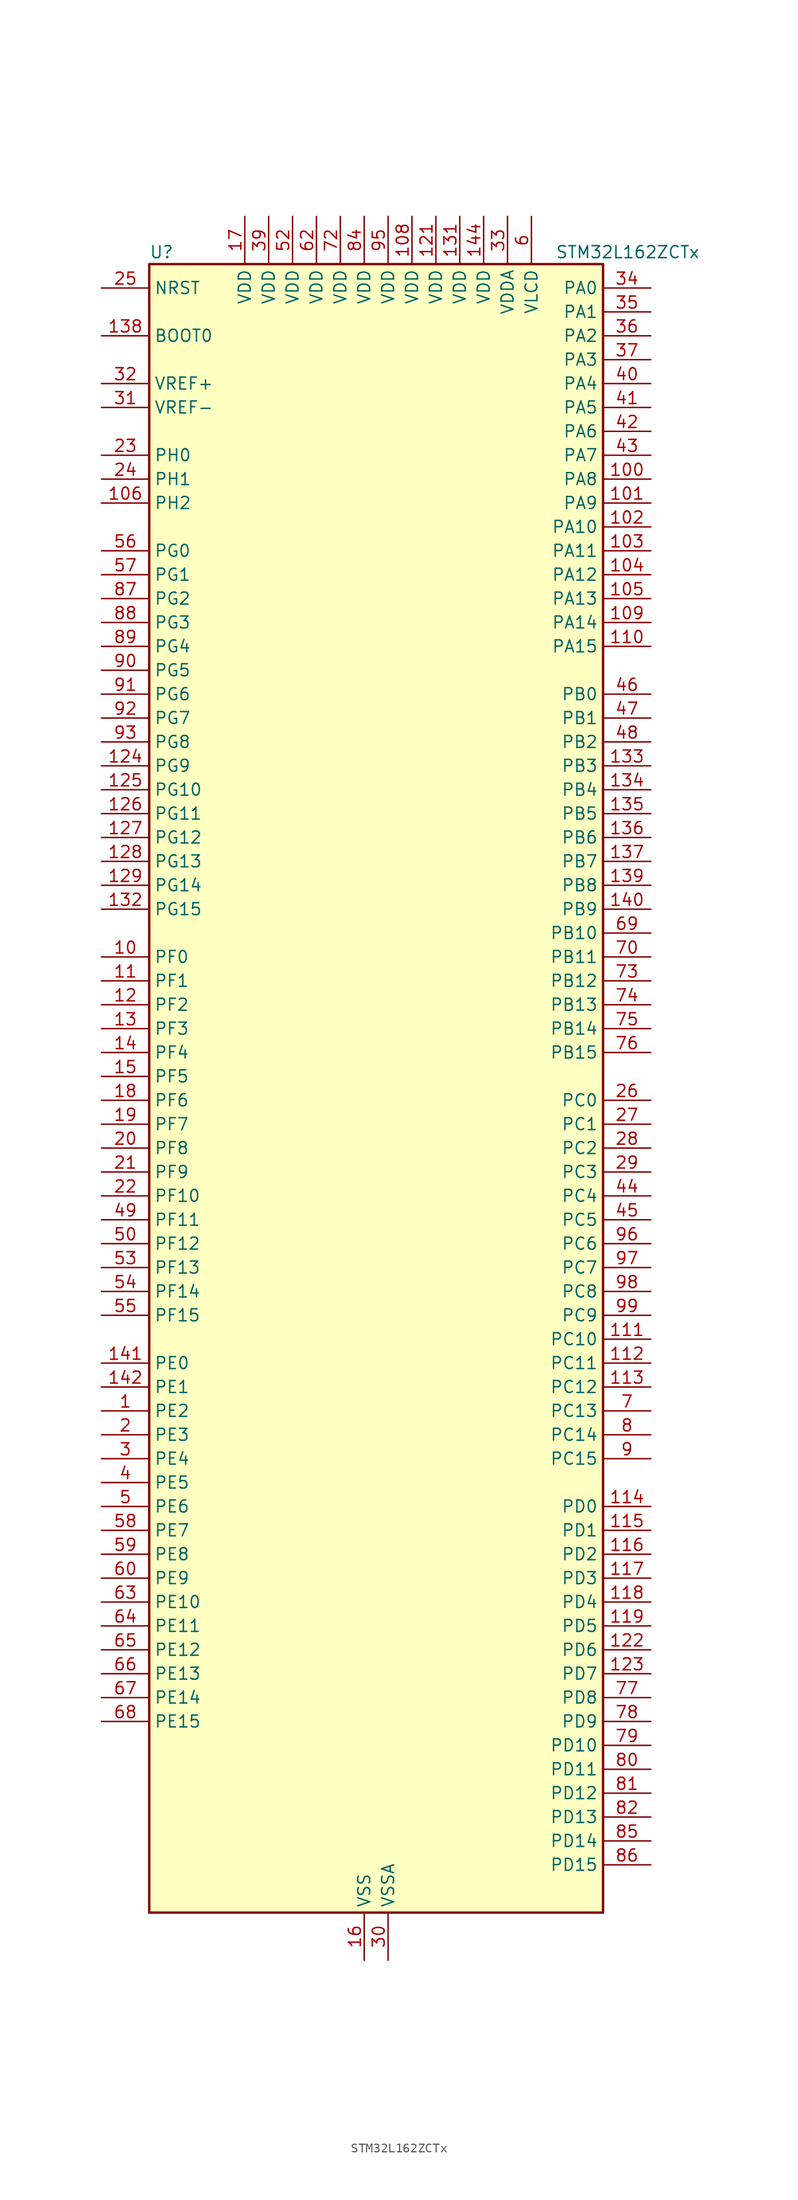
<source format=kicad_sym>
(kicad_symbol_lib
  (version 20231120)
  (generator "kicad-library-utils")
  (generator_version "8.0")
  (symbol "STM32L162ZCTx"
    (property "Reference" "U"
      (at -22.86 90.17 0)
      (effects (font (size 1.27 1.27)) (justify left)))
    (property "Value" "STM32L162ZCTx"
      (at 20.32 90.17 0)
      (effects (font (size 1.27 1.27)) (justify left)))
    (symbol "STM32L162ZCTx_0_1"
      (rectangle (start -22.86 -86.36) (end 25.4 88.9) (stroke (width 0.254) (type default)) (fill (type background))))
    (symbol "STM32L162ZCTx_1_1"
      (pin bidirectional line (at -27.94 -33.02 0) (length 5.08) (name "PE2" (effects (font (size 1.27 1.27)))) (number "1" (effects (font (size 1.27 1.27)))) (alternate "LCD_SEG38" bidirectional line) (alternate "SYS_TRACECK" bidirectional line) (alternate "TIM3_ETR" bidirectional line) (alternate "TIMX_IC3" bidirectional line))
      (pin bidirectional line (at -27.94 15.24 0) (length 5.08) (name "PF0" (effects (font (size 1.27 1.27)))) (number "10" (effects (font (size 1.27 1.27)))))
      (pin bidirectional line (at 30.48 66.04 180) (length 5.08) (name "PA8" (effects (font (size 1.27 1.27)))) (number "100" (effects (font (size 1.27 1.27)))) (alternate "LCD_COM0" bidirectional line) (alternate "RCC_MCO" bidirectional line) (alternate "TIMX_IC1" bidirectional line) (alternate "TS_G4_IO1" bidirectional line) (alternate "USART1_CK" bidirectional line))
      (pin bidirectional line (at 30.48 63.5 180) (length 5.08) (name "PA9" (effects (font (size 1.27 1.27)))) (number "101" (effects (font (size 1.27 1.27)))) (alternate "DAC_EXTI9" bidirectional line) (alternate "LCD_COM1" bidirectional line) (alternate "TIMX_IC2" bidirectional line) (alternate "TS_G4_IO2" bidirectional line) (alternate "USART1_TX" bidirectional line))
      (pin bidirectional line (at 30.48 60.96 180) (length 5.08) (name "PA10" (effects (font (size 1.27 1.27)))) (number "102" (effects (font (size 1.27 1.27)))) (alternate "LCD_COM2" bidirectional line) (alternate "TIMX_IC3" bidirectional line) (alternate "TS_G4_IO3" bidirectional line) (alternate "USART1_RX" bidirectional line))
      (pin bidirectional line (at 30.48 58.42 180) (length 5.08) (name "PA11" (effects (font (size 1.27 1.27)))) (number "103" (effects (font (size 1.27 1.27)))) (alternate "ADC_EXTI11" bidirectional line) (alternate "SPI1_MISO" bidirectional line) (alternate "TIMX_IC4" bidirectional line) (alternate "USART1_CTS" bidirectional line) (alternate "USB_DM" bidirectional line))
      (pin bidirectional line (at 30.48 55.88 180) (length 5.08) (name "PA12" (effects (font (size 1.27 1.27)))) (number "104" (effects (font (size 1.27 1.27)))) (alternate "SPI1_MOSI" bidirectional line) (alternate "TIMX_IC1" bidirectional line) (alternate "USART1_RTS" bidirectional line) (alternate "USB_DP" bidirectional line))
      (pin bidirectional line (at 30.48 53.34 180) (length 5.08) (name "PA13" (effects (font (size 1.27 1.27)))) (number "105" (effects (font (size 1.27 1.27)))) (alternate "SYS_JTMS-SWDIO" bidirectional line) (alternate "TIMX_IC2" bidirectional line) (alternate "TS_G5_IO1" bidirectional line))
      (pin bidirectional line (at -27.94 63.5 0) (length 5.08) (name "PH2" (effects (font (size 1.27 1.27)))) (number "106" (effects (font (size 1.27 1.27)))))
      (pin passive line (at 0 -91.44 90) (length 5.08) hide (name "VSS" (effects (font (size 1.27 1.27)))) (number "107" (effects (font (size 1.27 1.27)))))
      (pin power_in line (at 5.08 93.98 270) (length 5.08) (name "VDD" (effects (font (size 1.27 1.27)))) (number "108" (effects (font (size 1.27 1.27)))))
      (pin bidirectional line (at 30.48 50.8 180) (length 5.08) (name "PA14" (effects (font (size 1.27 1.27)))) (number "109" (effects (font (size 1.27 1.27)))) (alternate "SYS_JTCK-SWCLK" bidirectional line) (alternate "TIMX_IC3" bidirectional line) (alternate "TS_G5_IO2" bidirectional line))
      (pin bidirectional line (at -27.94 12.7 0) (length 5.08) (name "PF1" (effects (font (size 1.27 1.27)))) (number "11" (effects (font (size 1.27 1.27)))))
      (pin bidirectional line (at 30.48 48.26 180) (length 5.08) (name "PA15" (effects (font (size 1.27 1.27)))) (number "110" (effects (font (size 1.27 1.27)))) (alternate "ADC_EXTI15" bidirectional line) (alternate "I2S3_WS" bidirectional line) (alternate "LCD_SEG17" bidirectional line) (alternate "SPI1_NSS" bidirectional line) (alternate "SPI3_NSS" bidirectional line) (alternate "SYS_JTDI" bidirectional line) (alternate "TIM2_CH1" bidirectional line) (alternate "TIM2_ETR" bidirectional line) (alternate "TIMX_IC4" bidirectional line) (alternate "TS_G5_IO3" bidirectional line))
      (pin bidirectional line (at 30.48 -25.4 180) (length 5.08) (name "PC10" (effects (font (size 1.27 1.27)))) (number "111" (effects (font (size 1.27 1.27)))) (alternate "I2S3_CK" bidirectional line) (alternate "LCD_COM4" bidirectional line) (alternate "LCD_SEG28" bidirectional line) (alternate "LCD_SEG40" bidirectional line) (alternate "SPI3_SCK" bidirectional line) (alternate "TIMX_IC3" bidirectional line) (alternate "USART3_TX" bidirectional line))
      (pin bidirectional line (at 30.48 -27.94 180) (length 5.08) (name "PC11" (effects (font (size 1.27 1.27)))) (number "112" (effects (font (size 1.27 1.27)))) (alternate "ADC_EXTI11" bidirectional line) (alternate "LCD_COM5" bidirectional line) (alternate "LCD_SEG29" bidirectional line) (alternate "LCD_SEG41" bidirectional line) (alternate "SPI3_MISO" bidirectional line) (alternate "TIMX_IC4" bidirectional line) (alternate "USART3_RX" bidirectional line))
      (pin bidirectional line (at 30.48 -30.48 180) (length 5.08) (name "PC12" (effects (font (size 1.27 1.27)))) (number "113" (effects (font (size 1.27 1.27)))) (alternate "I2S3_SD" bidirectional line) (alternate "LCD_COM6" bidirectional line) (alternate "LCD_SEG30" bidirectional line) (alternate "LCD_SEG42" bidirectional line) (alternate "SPI3_MOSI" bidirectional line) (alternate "TIMX_IC1" bidirectional line) (alternate "USART3_CK" bidirectional line))
      (pin bidirectional line (at 30.48 -43.18 180) (length 5.08) (name "PD0" (effects (font (size 1.27 1.27)))) (number "114" (effects (font (size 1.27 1.27)))) (alternate "I2S2_WS" bidirectional line) (alternate "SPI2_NSS" bidirectional line) (alternate "TIM9_CH1" bidirectional line) (alternate "TIMX_IC1" bidirectional line))
      (pin bidirectional line (at 30.48 -45.72 180) (length 5.08) (name "PD1" (effects (font (size 1.27 1.27)))) (number "115" (effects (font (size 1.27 1.27)))) (alternate "I2S2_CK" bidirectional line) (alternate "SPI2_SCK" bidirectional line) (alternate "TIMX_IC2" bidirectional line))
      (pin bidirectional line (at 30.48 -48.26 180) (length 5.08) (name "PD2" (effects (font (size 1.27 1.27)))) (number "116" (effects (font (size 1.27 1.27)))) (alternate "LCD_COM7" bidirectional line) (alternate "LCD_SEG31" bidirectional line) (alternate "LCD_SEG43" bidirectional line) (alternate "TIM3_ETR" bidirectional line) (alternate "TIMX_IC3" bidirectional line))
      (pin bidirectional line (at 30.48 -50.8 180) (length 5.08) (name "PD3" (effects (font (size 1.27 1.27)))) (number "117" (effects (font (size 1.27 1.27)))) (alternate "SPI2_MISO" bidirectional line) (alternate "TIMX_IC4" bidirectional line) (alternate "USART2_CTS" bidirectional line))
      (pin bidirectional line (at 30.48 -53.34 180) (length 5.08) (name "PD4" (effects (font (size 1.27 1.27)))) (number "118" (effects (font (size 1.27 1.27)))) (alternate "I2S2_SD" bidirectional line) (alternate "SPI2_MOSI" bidirectional line) (alternate "TIMX_IC1" bidirectional line) (alternate "USART2_RTS" bidirectional line))
      (pin bidirectional line (at 30.48 -55.88 180) (length 5.08) (name "PD5" (effects (font (size 1.27 1.27)))) (number "119" (effects (font (size 1.27 1.27)))) (alternate "TIMX_IC2" bidirectional line) (alternate "USART2_TX" bidirectional line))
      (pin bidirectional line (at -27.94 10.16 0) (length 5.08) (name "PF2" (effects (font (size 1.27 1.27)))) (number "12" (effects (font (size 1.27 1.27)))))
      (pin passive line (at 0 -91.44 90) (length 5.08) hide (name "VSS" (effects (font (size 1.27 1.27)))) (number "120" (effects (font (size 1.27 1.27)))))
      (pin power_in line (at 7.62 93.98 270) (length 5.08) (name "VDD" (effects (font (size 1.27 1.27)))) (number "121" (effects (font (size 1.27 1.27)))))
      (pin bidirectional line (at 30.48 -58.42 180) (length 5.08) (name "PD6" (effects (font (size 1.27 1.27)))) (number "122" (effects (font (size 1.27 1.27)))) (alternate "TIMX_IC3" bidirectional line) (alternate "USART2_RX" bidirectional line))
      (pin bidirectional line (at 30.48 -60.96 180) (length 5.08) (name "PD7" (effects (font (size 1.27 1.27)))) (number "123" (effects (font (size 1.27 1.27)))) (alternate "TIM9_CH2" bidirectional line) (alternate "TIMX_IC4" bidirectional line) (alternate "USART2_CK" bidirectional line))
      (pin bidirectional line (at -27.94 35.56 0) (length 5.08) (name "PG9" (effects (font (size 1.27 1.27)))) (number "124" (effects (font (size 1.27 1.27)))) (alternate "DAC_EXTI9" bidirectional line))
      (pin bidirectional line (at -27.94 33.02 0) (length 5.08) (name "PG10" (effects (font (size 1.27 1.27)))) (number "125" (effects (font (size 1.27 1.27)))))
      (pin bidirectional line (at -27.94 30.48 0) (length 5.08) (name "PG11" (effects (font (size 1.27 1.27)))) (number "126" (effects (font (size 1.27 1.27)))) (alternate "ADC_EXTI11" bidirectional line))
      (pin bidirectional line (at -27.94 27.94 0) (length 5.08) (name "PG12" (effects (font (size 1.27 1.27)))) (number "127" (effects (font (size 1.27 1.27)))))
      (pin bidirectional line (at -27.94 25.4 0) (length 5.08) (name "PG13" (effects (font (size 1.27 1.27)))) (number "128" (effects (font (size 1.27 1.27)))))
      (pin bidirectional line (at -27.94 22.86 0) (length 5.08) (name "PG14" (effects (font (size 1.27 1.27)))) (number "129" (effects (font (size 1.27 1.27)))))
      (pin bidirectional line (at -27.94 7.62 0) (length 5.08) (name "PF3" (effects (font (size 1.27 1.27)))) (number "13" (effects (font (size 1.27 1.27)))))
      (pin passive line (at 0 -91.44 90) (length 5.08) hide (name "VSS" (effects (font (size 1.27 1.27)))) (number "130" (effects (font (size 1.27 1.27)))))
      (pin power_in line (at 10.16 93.98 270) (length 5.08) (name "VDD" (effects (font (size 1.27 1.27)))) (number "131" (effects (font (size 1.27 1.27)))))
      (pin bidirectional line (at -27.94 20.32 0) (length 5.08) (name "PG15" (effects (font (size 1.27 1.27)))) (number "132" (effects (font (size 1.27 1.27)))) (alternate "ADC_EXTI15" bidirectional line))
      (pin bidirectional line (at 30.48 35.56 180) (length 5.08) (name "PB3" (effects (font (size 1.27 1.27)))) (number "133" (effects (font (size 1.27 1.27)))) (alternate "COMP2_INM" bidirectional line) (alternate "I2S3_CK" bidirectional line) (alternate "LCD_SEG7" bidirectional line) (alternate "SPI1_SCK" bidirectional line) (alternate "SPI3_SCK" bidirectional line) (alternate "SYS_JTDO-TRACESWO" bidirectional line) (alternate "TIM2_CH2" bidirectional line))
      (pin bidirectional line (at 30.48 33.02 180) (length 5.08) (name "PB4" (effects (font (size 1.27 1.27)))) (number "134" (effects (font (size 1.27 1.27)))) (alternate "COMP2_INP" bidirectional line) (alternate "LCD_SEG8" bidirectional line) (alternate "SPI1_MISO" bidirectional line) (alternate "SPI3_MISO" bidirectional line) (alternate "SYS_JTRST" bidirectional line) (alternate "TIM3_CH1" bidirectional line) (alternate "TS_G6_IO1" bidirectional line))
      (pin bidirectional line (at 30.48 30.48 180) (length 5.08) (name "PB5" (effects (font (size 1.27 1.27)))) (number "135" (effects (font (size 1.27 1.27)))) (alternate "COMP2_INP" bidirectional line) (alternate "I2C1_SMBA" bidirectional line) (alternate "I2S3_SD" bidirectional line) (alternate "LCD_SEG9" bidirectional line) (alternate "SPI1_MOSI" bidirectional line) (alternate "SPI3_MOSI" bidirectional line) (alternate "TIM3_CH2" bidirectional line) (alternate "TS_G6_IO2" bidirectional line))
      (pin bidirectional line (at 30.48 27.94 180) (length 5.08) (name "PB6" (effects (font (size 1.27 1.27)))) (number "136" (effects (font (size 1.27 1.27)))) (alternate "COMP2_INP" bidirectional line) (alternate "I2C1_SCL" bidirectional line) (alternate "TIM4_CH1" bidirectional line) (alternate "TS_G6_IO3" bidirectional line) (alternate "USART1_TX" bidirectional line))
      (pin bidirectional line (at 30.48 25.4 180) (length 5.08) (name "PB7" (effects (font (size 1.27 1.27)))) (number "137" (effects (font (size 1.27 1.27)))) (alternate "COMP2_INP" bidirectional line) (alternate "I2C1_SDA" bidirectional line) (alternate "SYS_PVD_IN" bidirectional line) (alternate "TIM4_CH2" bidirectional line) (alternate "TS_G6_IO4" bidirectional line) (alternate "USART1_RX" bidirectional line))
      (pin input line (at -27.94 81.28 0) (length 5.08) (name "BOOT0" (effects (font (size 1.27 1.27)))) (number "138" (effects (font (size 1.27 1.27)))))
      (pin bidirectional line (at 30.48 22.86 180) (length 5.08) (name "PB8" (effects (font (size 1.27 1.27)))) (number "139" (effects (font (size 1.27 1.27)))) (alternate "I2C1_SCL" bidirectional line) (alternate "LCD_SEG16" bidirectional line) (alternate "TIM10_CH1" bidirectional line) (alternate "TIM4_CH3" bidirectional line))
      (pin bidirectional line (at -27.94 5.08 0) (length 5.08) (name "PF4" (effects (font (size 1.27 1.27)))) (number "14" (effects (font (size 1.27 1.27)))))
      (pin bidirectional line (at 30.48 20.32 180) (length 5.08) (name "PB9" (effects (font (size 1.27 1.27)))) (number "140" (effects (font (size 1.27 1.27)))) (alternate "DAC_EXTI9" bidirectional line) (alternate "I2C1_SDA" bidirectional line) (alternate "LCD_COM3" bidirectional line) (alternate "TIM11_CH1" bidirectional line) (alternate "TIM4_CH4" bidirectional line))
      (pin bidirectional line (at -27.94 -27.94 0) (length 5.08) (name "PE0" (effects (font (size 1.27 1.27)))) (number "141" (effects (font (size 1.27 1.27)))) (alternate "LCD_SEG36" bidirectional line) (alternate "TIM10_CH1" bidirectional line) (alternate "TIM4_ETR" bidirectional line) (alternate "TIMX_IC1" bidirectional line))
      (pin bidirectional line (at -27.94 -30.48 0) (length 5.08) (name "PE1" (effects (font (size 1.27 1.27)))) (number "142" (effects (font (size 1.27 1.27)))) (alternate "LCD_SEG37" bidirectional line) (alternate "TIM11_CH1" bidirectional line) (alternate "TIMX_IC2" bidirectional line))
      (pin passive line (at 0 -91.44 90) (length 5.08) hide (name "VSS" (effects (font (size 1.27 1.27)))) (number "143" (effects (font (size 1.27 1.27)))))
      (pin power_in line (at 12.7 93.98 270) (length 5.08) (name "VDD" (effects (font (size 1.27 1.27)))) (number "144" (effects (font (size 1.27 1.27)))))
      (pin bidirectional line (at -27.94 2.54 0) (length 5.08) (name "PF5" (effects (font (size 1.27 1.27)))) (number "15" (effects (font (size 1.27 1.27)))))
      (pin power_in line (at 0 -91.44 90) (length 5.08) (name "VSS" (effects (font (size 1.27 1.27)))) (number "16" (effects (font (size 1.27 1.27)))))
      (pin power_in line (at -12.7 93.98 270) (length 5.08) (name "VDD" (effects (font (size 1.27 1.27)))) (number "17" (effects (font (size 1.27 1.27)))))
      (pin bidirectional line (at -27.94 0 0) (length 5.08) (name "PF6" (effects (font (size 1.27 1.27)))) (number "18" (effects (font (size 1.27 1.27)))) (alternate "ADC_IN27" bidirectional line) (alternate "TIM5_CH1" bidirectional line) (alternate "TIM5_ETR" bidirectional line) (alternate "TS_G11_IO1" bidirectional line))
      (pin bidirectional line (at -27.94 -2.54 0) (length 5.08) (name "PF7" (effects (font (size 1.27 1.27)))) (number "19" (effects (font (size 1.27 1.27)))) (alternate "ADC_IN28" bidirectional line) (alternate "COMP1_INP" bidirectional line) (alternate "TIM5_CH2" bidirectional line) (alternate "TS_G11_IO2" bidirectional line))
      (pin bidirectional line (at -27.94 -35.56 0) (length 5.08) (name "PE3" (effects (font (size 1.27 1.27)))) (number "2" (effects (font (size 1.27 1.27)))) (alternate "LCD_SEG39" bidirectional line) (alternate "SYS_TRACED0" bidirectional line) (alternate "TIM3_CH1" bidirectional line) (alternate "TIMX_IC4" bidirectional line))
      (pin bidirectional line (at -27.94 -5.08 0) (length 5.08) (name "PF8" (effects (font (size 1.27 1.27)))) (number "20" (effects (font (size 1.27 1.27)))) (alternate "ADC_IN29" bidirectional line) (alternate "COMP1_INP" bidirectional line) (alternate "TIM5_CH3" bidirectional line) (alternate "TS_G11_IO3" bidirectional line))
      (pin bidirectional line (at -27.94 -7.62 0) (length 5.08) (name "PF9" (effects (font (size 1.27 1.27)))) (number "21" (effects (font (size 1.27 1.27)))) (alternate "ADC_IN30" bidirectional line) (alternate "COMP1_INP" bidirectional line) (alternate "DAC_EXTI9" bidirectional line) (alternate "TIM5_CH4" bidirectional line) (alternate "TS_G11_IO4" bidirectional line))
      (pin bidirectional line (at -27.94 -10.16 0) (length 5.08) (name "PF10" (effects (font (size 1.27 1.27)))) (number "22" (effects (font (size 1.27 1.27)))) (alternate "ADC_IN31" bidirectional line) (alternate "COMP1_INP" bidirectional line) (alternate "TS_G11_IO5" bidirectional line))
      (pin bidirectional line (at -27.94 68.58 0) (length 5.08) (name "PH0" (effects (font (size 1.27 1.27)))) (number "23" (effects (font (size 1.27 1.27)))) (alternate "RCC_OSC_IN" bidirectional line))
      (pin bidirectional line (at -27.94 66.04 0) (length 5.08) (name "PH1" (effects (font (size 1.27 1.27)))) (number "24" (effects (font (size 1.27 1.27)))) (alternate "RCC_OSC_OUT" bidirectional line))
      (pin input line (at -27.94 86.36 0) (length 5.08) (name "NRST" (effects (font (size 1.27 1.27)))) (number "25" (effects (font (size 1.27 1.27)))))
      (pin bidirectional line (at 30.48 0 180) (length 5.08) (name "PC0" (effects (font (size 1.27 1.27)))) (number "26" (effects (font (size 1.27 1.27)))) (alternate "ADC_IN10" bidirectional line) (alternate "COMP1_INP" bidirectional line) (alternate "LCD_SEG18" bidirectional line) (alternate "TIMX_IC1" bidirectional line) (alternate "TS_G8_IO1" bidirectional line))
      (pin bidirectional line (at 30.48 -2.54 180) (length 5.08) (name "PC1" (effects (font (size 1.27 1.27)))) (number "27" (effects (font (size 1.27 1.27)))) (alternate "ADC_IN11" bidirectional line) (alternate "COMP1_INP" bidirectional line) (alternate "LCD_SEG19" bidirectional line) (alternate "TIMX_IC2" bidirectional line) (alternate "TS_G8_IO2" bidirectional line))
      (pin bidirectional line (at 30.48 -5.08 180) (length 5.08) (name "PC2" (effects (font (size 1.27 1.27)))) (number "28" (effects (font (size 1.27 1.27)))) (alternate "ADC_IN12" bidirectional line) (alternate "COMP1_INP" bidirectional line) (alternate "LCD_SEG20" bidirectional line) (alternate "TIMX_IC3" bidirectional line) (alternate "TS_G8_IO3" bidirectional line))
      (pin bidirectional line (at 30.48 -7.62 180) (length 5.08) (name "PC3" (effects (font (size 1.27 1.27)))) (number "29" (effects (font (size 1.27 1.27)))) (alternate "ADC_IN13" bidirectional line) (alternate "COMP1_INP" bidirectional line) (alternate "LCD_SEG21" bidirectional line) (alternate "TIMX_IC4" bidirectional line) (alternate "TS_G8_IO4" bidirectional line))
      (pin bidirectional line (at -27.94 -38.1 0) (length 5.08) (name "PE4" (effects (font (size 1.27 1.27)))) (number "3" (effects (font (size 1.27 1.27)))) (alternate "SYS_TRACED1" bidirectional line) (alternate "TIM3_CH2" bidirectional line) (alternate "TIMX_IC1" bidirectional line))
      (pin power_in line (at 2.54 -91.44 90) (length 5.08) (name "VSSA" (effects (font (size 1.27 1.27)))) (number "30" (effects (font (size 1.27 1.27)))))
      (pin input line (at -27.94 73.66 0) (length 5.08) (name "VREF-" (effects (font (size 1.27 1.27)))) (number "31" (effects (font (size 1.27 1.27)))))
      (pin input line (at -27.94 76.2 0) (length 5.08) (name "VREF+" (effects (font (size 1.27 1.27)))) (number "32" (effects (font (size 1.27 1.27)))))
      (pin power_in line (at 15.24 93.98 270) (length 5.08) (name "VDDA" (effects (font (size 1.27 1.27)))) (number "33" (effects (font (size 1.27 1.27)))))
      (pin bidirectional line (at 30.48 86.36 180) (length 5.08) (name "PA0" (effects (font (size 1.27 1.27)))) (number "34" (effects (font (size 1.27 1.27)))) (alternate "ADC_IN0" bidirectional line) (alternate "COMP1_INP" bidirectional line) (alternate "RTC_TAMP2" bidirectional line) (alternate "SYS_WKUP1" bidirectional line) (alternate "TIM2_CH1" bidirectional line) (alternate "TIM2_ETR" bidirectional line) (alternate "TIM5_CH1" bidirectional line) (alternate "TIMX_IC1" bidirectional line) (alternate "TS_G1_IO1" bidirectional line) (alternate "USART2_CTS" bidirectional line))
      (pin bidirectional line (at 30.48 83.82 180) (length 5.08) (name "PA1" (effects (font (size 1.27 1.27)))) (number "35" (effects (font (size 1.27 1.27)))) (alternate "ADC_IN1" bidirectional line) (alternate "COMP1_INP" bidirectional line) (alternate "LCD_SEG0" bidirectional line) (alternate "OPAMP1_VINP" bidirectional line) (alternate "TIM2_CH2" bidirectional line) (alternate "TIM5_CH2" bidirectional line) (alternate "TIMX_IC2" bidirectional line) (alternate "TS_G1_IO2" bidirectional line) (alternate "USART2_RTS" bidirectional line))
      (pin bidirectional line (at 30.48 81.28 180) (length 5.08) (name "PA2" (effects (font (size 1.27 1.27)))) (number "36" (effects (font (size 1.27 1.27)))) (alternate "ADC_IN2" bidirectional line) (alternate "COMP1_INP" bidirectional line) (alternate "LCD_SEG1" bidirectional line) (alternate "OPAMP1_VINM" bidirectional line) (alternate "TIM2_CH3" bidirectional line) (alternate "TIM5_CH3" bidirectional line) (alternate "TIM9_CH1" bidirectional line) (alternate "TIMX_IC3" bidirectional line) (alternate "TS_G1_IO3" bidirectional line) (alternate "USART2_TX" bidirectional line))
      (pin bidirectional line (at 30.48 78.74 180) (length 5.08) (name "PA3" (effects (font (size 1.27 1.27)))) (number "37" (effects (font (size 1.27 1.27)))) (alternate "ADC_IN3" bidirectional line) (alternate "COMP1_INP" bidirectional line) (alternate "LCD_SEG2" bidirectional line) (alternate "OPAMP1_VOUT" bidirectional line) (alternate "TIM2_CH4" bidirectional line) (alternate "TIM5_CH4" bidirectional line) (alternate "TIM9_CH2" bidirectional line) (alternate "TIMX_IC4" bidirectional line) (alternate "TS_G1_IO4" bidirectional line) (alternate "USART2_RX" bidirectional line))
      (pin passive line (at 0 -91.44 90) (length 5.08) hide (name "VSS" (effects (font (size 1.27 1.27)))) (number "38" (effects (font (size 1.27 1.27)))))
      (pin power_in line (at -10.16 93.98 270) (length 5.08) (name "VDD" (effects (font (size 1.27 1.27)))) (number "39" (effects (font (size 1.27 1.27)))))
      (pin bidirectional line (at -27.94 -40.64 0) (length 5.08) (name "PE5" (effects (font (size 1.27 1.27)))) (number "4" (effects (font (size 1.27 1.27)))) (alternate "SYS_TRACED2" bidirectional line) (alternate "TIM9_CH1" bidirectional line) (alternate "TIMX_IC2" bidirectional line))
      (pin bidirectional line (at 30.48 76.2 180) (length 5.08) (name "PA4" (effects (font (size 1.27 1.27)))) (number "40" (effects (font (size 1.27 1.27)))) (alternate "ADC_IN4" bidirectional line) (alternate "COMP1_INP" bidirectional line) (alternate "DAC_OUT1" bidirectional line) (alternate "I2S3_WS" bidirectional line) (alternate "SPI1_NSS" bidirectional line) (alternate "SPI3_NSS" bidirectional line) (alternate "TIMX_IC1" bidirectional line) (alternate "USART2_CK" bidirectional line))
      (pin bidirectional line (at 30.48 73.66 180) (length 5.08) (name "PA5" (effects (font (size 1.27 1.27)))) (number "41" (effects (font (size 1.27 1.27)))) (alternate "ADC_IN5" bidirectional line) (alternate "COMP1_INP" bidirectional line) (alternate "DAC_OUT2" bidirectional line) (alternate "SPI1_SCK" bidirectional line) (alternate "TIM2_CH1" bidirectional line) (alternate "TIM2_ETR" bidirectional line) (alternate "TIMX_IC2" bidirectional line))
      (pin bidirectional line (at 30.48 71.12 180) (length 5.08) (name "PA6" (effects (font (size 1.27 1.27)))) (number "42" (effects (font (size 1.27 1.27)))) (alternate "ADC_IN6" bidirectional line) (alternate "COMP1_INP" bidirectional line) (alternate "LCD_SEG3" bidirectional line) (alternate "OPAMP2_VINP" bidirectional line) (alternate "SPI1_MISO" bidirectional line) (alternate "TIM10_CH1" bidirectional line) (alternate "TIM3_CH1" bidirectional line) (alternate "TIMX_IC3" bidirectional line) (alternate "TS_G2_IO1" bidirectional line))
      (pin bidirectional line (at 30.48 68.58 180) (length 5.08) (name "PA7" (effects (font (size 1.27 1.27)))) (number "43" (effects (font (size 1.27 1.27)))) (alternate "ADC_IN7" bidirectional line) (alternate "COMP1_INP" bidirectional line) (alternate "LCD_SEG4" bidirectional line) (alternate "OPAMP2_VINM" bidirectional line) (alternate "SPI1_MOSI" bidirectional line) (alternate "TIM11_CH1" bidirectional line) (alternate "TIM3_CH2" bidirectional line) (alternate "TIMX_IC4" bidirectional line) (alternate "TS_G2_IO2" bidirectional line))
      (pin bidirectional line (at 30.48 -10.16 180) (length 5.08) (name "PC4" (effects (font (size 1.27 1.27)))) (number "44" (effects (font (size 1.27 1.27)))) (alternate "ADC_IN14" bidirectional line) (alternate "COMP1_INP" bidirectional line) (alternate "LCD_SEG22" bidirectional line) (alternate "TIMX_IC1" bidirectional line) (alternate "TS_G9_IO1" bidirectional line))
      (pin bidirectional line (at 30.48 -12.7 180) (length 5.08) (name "PC5" (effects (font (size 1.27 1.27)))) (number "45" (effects (font (size 1.27 1.27)))) (alternate "ADC_IN15" bidirectional line) (alternate "COMP1_INP" bidirectional line) (alternate "LCD_SEG23" bidirectional line) (alternate "TIMX_IC2" bidirectional line) (alternate "TS_G9_IO2" bidirectional line))
      (pin bidirectional line (at 30.48 43.18 180) (length 5.08) (name "PB0" (effects (font (size 1.27 1.27)))) (number "46" (effects (font (size 1.27 1.27)))) (alternate "ADC_IN8" bidirectional line) (alternate "COMP1_INP" bidirectional line) (alternate "LCD_SEG5" bidirectional line) (alternate "OPAMP2_VOUT" bidirectional line) (alternate "SYS_V_REF_OUT" bidirectional line) (alternate "TIM3_CH3" bidirectional line) (alternate "TS_G3_IO1" bidirectional line))
      (pin bidirectional line (at 30.48 40.64 180) (length 5.08) (name "PB1" (effects (font (size 1.27 1.27)))) (number "47" (effects (font (size 1.27 1.27)))) (alternate "ADC_IN9" bidirectional line) (alternate "COMP1_INP" bidirectional line) (alternate "LCD_SEG6" bidirectional line) (alternate "SYS_V_REF_OUT" bidirectional line) (alternate "TIM3_CH4" bidirectional line) (alternate "TS_G3_IO2" bidirectional line))
      (pin bidirectional line (at 30.48 38.1 180) (length 5.08) (name "PB2" (effects (font (size 1.27 1.27)))) (number "48" (effects (font (size 1.27 1.27)))) (alternate "ADC_IN0b" bidirectional line) (alternate "TS_G3_IO3" bidirectional line))
      (pin bidirectional line (at -27.94 -12.7 0) (length 5.08) (name "PF11" (effects (font (size 1.27 1.27)))) (number "49" (effects (font (size 1.27 1.27)))) (alternate "ADC_EXTI11" bidirectional line) (alternate "ADC_IN1b" bidirectional line) (alternate "TS_G3_IO4" bidirectional line))
      (pin bidirectional line (at -27.94 -43.18 0) (length 5.08) (name "PE6" (effects (font (size 1.27 1.27)))) (number "5" (effects (font (size 1.27 1.27)))) (alternate "RTC_TAMP3" bidirectional line) (alternate "SYS_TRACED3" bidirectional line) (alternate "SYS_WKUP3" bidirectional line) (alternate "TIM9_CH2" bidirectional line) (alternate "TIMX_IC3" bidirectional line))
      (pin bidirectional line (at -27.94 -15.24 0) (length 5.08) (name "PF12" (effects (font (size 1.27 1.27)))) (number "50" (effects (font (size 1.27 1.27)))) (alternate "ADC_IN2b" bidirectional line) (alternate "TS_G3_IO5" bidirectional line))
      (pin passive line (at 0 -91.44 90) (length 5.08) hide (name "VSS" (effects (font (size 1.27 1.27)))) (number "51" (effects (font (size 1.27 1.27)))))
      (pin power_in line (at -7.62 93.98 270) (length 5.08) (name "VDD" (effects (font (size 1.27 1.27)))) (number "52" (effects (font (size 1.27 1.27)))))
      (pin bidirectional line (at -27.94 -17.78 0) (length 5.08) (name "PF13" (effects (font (size 1.27 1.27)))) (number "53" (effects (font (size 1.27 1.27)))) (alternate "ADC_IN3b" bidirectional line) (alternate "TS_G9_IO3" bidirectional line))
      (pin bidirectional line (at -27.94 -20.32 0) (length 5.08) (name "PF14" (effects (font (size 1.27 1.27)))) (number "54" (effects (font (size 1.27 1.27)))) (alternate "ADC_IN6b" bidirectional line) (alternate "TS_G9_IO4" bidirectional line))
      (pin bidirectional line (at -27.94 -22.86 0) (length 5.08) (name "PF15" (effects (font (size 1.27 1.27)))) (number "55" (effects (font (size 1.27 1.27)))) (alternate "ADC_EXTI15" bidirectional line) (alternate "ADC_IN7b" bidirectional line) (alternate "TS_G2_IO3" bidirectional line))
      (pin bidirectional line (at -27.94 58.42 0) (length 5.08) (name "PG0" (effects (font (size 1.27 1.27)))) (number "56" (effects (font (size 1.27 1.27)))) (alternate "ADC_IN8b" bidirectional line) (alternate "TS_G2_IO4" bidirectional line))
      (pin bidirectional line (at -27.94 55.88 0) (length 5.08) (name "PG1" (effects (font (size 1.27 1.27)))) (number "57" (effects (font (size 1.27 1.27)))) (alternate "ADC_IN9b" bidirectional line) (alternate "TS_G2_IO5" bidirectional line))
      (pin bidirectional line (at -27.94 -45.72 0) (length 5.08) (name "PE7" (effects (font (size 1.27 1.27)))) (number "58" (effects (font (size 1.27 1.27)))) (alternate "ADC_IN22" bidirectional line) (alternate "COMP1_INP" bidirectional line) (alternate "TIMX_IC4" bidirectional line))
      (pin bidirectional line (at -27.94 -48.26 0) (length 5.08) (name "PE8" (effects (font (size 1.27 1.27)))) (number "59" (effects (font (size 1.27 1.27)))) (alternate "ADC_IN23" bidirectional line) (alternate "COMP1_INP" bidirectional line) (alternate "TIMX_IC1" bidirectional line))
      (pin power_in line (at 17.78 93.98 270) (length 5.08) (name "VLCD" (effects (font (size 1.27 1.27)))) (number "6" (effects (font (size 1.27 1.27)))))
      (pin bidirectional line (at -27.94 -50.8 0) (length 5.08) (name "PE9" (effects (font (size 1.27 1.27)))) (number "60" (effects (font (size 1.27 1.27)))) (alternate "ADC_IN24" bidirectional line) (alternate "COMP1_INP" bidirectional line) (alternate "DAC_EXTI9" bidirectional line) (alternate "TIM2_CH1" bidirectional line) (alternate "TIM2_ETR" bidirectional line) (alternate "TIMX_IC2" bidirectional line))
      (pin passive line (at 0 -91.44 90) (length 5.08) hide (name "VSS" (effects (font (size 1.27 1.27)))) (number "61" (effects (font (size 1.27 1.27)))))
      (pin power_in line (at -5.08 93.98 270) (length 5.08) (name "VDD" (effects (font (size 1.27 1.27)))) (number "62" (effects (font (size 1.27 1.27)))))
      (pin bidirectional line (at -27.94 -53.34 0) (length 5.08) (name "PE10" (effects (font (size 1.27 1.27)))) (number "63" (effects (font (size 1.27 1.27)))) (alternate "ADC_IN25" bidirectional line) (alternate "COMP1_INP" bidirectional line) (alternate "TIM2_CH2" bidirectional line) (alternate "TIMX_IC3" bidirectional line))
      (pin bidirectional line (at -27.94 -55.88 0) (length 5.08) (name "PE11" (effects (font (size 1.27 1.27)))) (number "64" (effects (font (size 1.27 1.27)))) (alternate "ADC_EXTI11" bidirectional line) (alternate "TIM2_CH3" bidirectional line) (alternate "TIMX_IC4" bidirectional line))
      (pin bidirectional line (at -27.94 -58.42 0) (length 5.08) (name "PE12" (effects (font (size 1.27 1.27)))) (number "65" (effects (font (size 1.27 1.27)))) (alternate "SPI1_NSS" bidirectional line) (alternate "TIM2_CH4" bidirectional line) (alternate "TIMX_IC1" bidirectional line))
      (pin bidirectional line (at -27.94 -60.96 0) (length 5.08) (name "PE13" (effects (font (size 1.27 1.27)))) (number "66" (effects (font (size 1.27 1.27)))) (alternate "SPI1_SCK" bidirectional line) (alternate "TIMX_IC2" bidirectional line))
      (pin bidirectional line (at -27.94 -63.5 0) (length 5.08) (name "PE14" (effects (font (size 1.27 1.27)))) (number "67" (effects (font (size 1.27 1.27)))) (alternate "SPI1_MISO" bidirectional line) (alternate "TIMX_IC3" bidirectional line))
      (pin bidirectional line (at -27.94 -66.04 0) (length 5.08) (name "PE15" (effects (font (size 1.27 1.27)))) (number "68" (effects (font (size 1.27 1.27)))) (alternate "ADC_EXTI15" bidirectional line) (alternate "SPI1_MOSI" bidirectional line) (alternate "TIMX_IC4" bidirectional line))
      (pin bidirectional line (at 30.48 17.78 180) (length 5.08) (name "PB10" (effects (font (size 1.27 1.27)))) (number "69" (effects (font (size 1.27 1.27)))) (alternate "I2C2_SCL" bidirectional line) (alternate "LCD_SEG10" bidirectional line) (alternate "TIM2_CH3" bidirectional line) (alternate "USART3_TX" bidirectional line))
      (pin bidirectional line (at 30.48 -33.02 180) (length 5.08) (name "PC13" (effects (font (size 1.27 1.27)))) (number "7" (effects (font (size 1.27 1.27)))) (alternate "RTC_OUT_ALARM" bidirectional line) (alternate "RTC_OUT_CALIB" bidirectional line) (alternate "RTC_TAMP1" bidirectional line) (alternate "RTC_TS" bidirectional line) (alternate "SYS_WKUP2" bidirectional line) (alternate "TIMX_IC2" bidirectional line))
      (pin bidirectional line (at 30.48 15.24 180) (length 5.08) (name "PB11" (effects (font (size 1.27 1.27)))) (number "70" (effects (font (size 1.27 1.27)))) (alternate "ADC_EXTI11" bidirectional line) (alternate "I2C2_SDA" bidirectional line) (alternate "LCD_SEG11" bidirectional line) (alternate "TIM2_CH4" bidirectional line) (alternate "USART3_RX" bidirectional line))
      (pin passive line (at 0 -91.44 90) (length 5.08) hide (name "VSS" (effects (font (size 1.27 1.27)))) (number "71" (effects (font (size 1.27 1.27)))))
      (pin power_in line (at -2.54 93.98 270) (length 5.08) (name "VDD" (effects (font (size 1.27 1.27)))) (number "72" (effects (font (size 1.27 1.27)))))
      (pin bidirectional line (at 30.48 12.7 180) (length 5.08) (name "PB12" (effects (font (size 1.27 1.27)))) (number "73" (effects (font (size 1.27 1.27)))) (alternate "ADC_IN18" bidirectional line) (alternate "COMP1_INP" bidirectional line) (alternate "I2C2_SMBA" bidirectional line) (alternate "I2S2_WS" bidirectional line) (alternate "LCD_SEG12" bidirectional line) (alternate "SPI2_NSS" bidirectional line) (alternate "TIM10_CH1" bidirectional line) (alternate "TS_G7_IO1" bidirectional line) (alternate "USART3_CK" bidirectional line))
      (pin bidirectional line (at 30.48 10.16 180) (length 5.08) (name "PB13" (effects (font (size 1.27 1.27)))) (number "74" (effects (font (size 1.27 1.27)))) (alternate "ADC_IN19" bidirectional line) (alternate "COMP1_INP" bidirectional line) (alternate "I2S2_CK" bidirectional line) (alternate "LCD_SEG13" bidirectional line) (alternate "SPI2_SCK" bidirectional line) (alternate "TIM9_CH1" bidirectional line) (alternate "TS_G7_IO2" bidirectional line) (alternate "USART3_CTS" bidirectional line))
      (pin bidirectional line (at 30.48 7.62 180) (length 5.08) (name "PB14" (effects (font (size 1.27 1.27)))) (number "75" (effects (font (size 1.27 1.27)))) (alternate "ADC_IN20" bidirectional line) (alternate "COMP1_INP" bidirectional line) (alternate "LCD_SEG14" bidirectional line) (alternate "SPI2_MISO" bidirectional line) (alternate "TIM9_CH2" bidirectional line) (alternate "TS_G7_IO3" bidirectional line) (alternate "USART3_RTS" bidirectional line))
      (pin bidirectional line (at 30.48 5.08 180) (length 5.08) (name "PB15" (effects (font (size 1.27 1.27)))) (number "76" (effects (font (size 1.27 1.27)))) (alternate "ADC_EXTI15" bidirectional line) (alternate "ADC_IN21" bidirectional line) (alternate "COMP1_INP" bidirectional line) (alternate "I2S2_SD" bidirectional line) (alternate "LCD_SEG15" bidirectional line) (alternate "RTC_REFIN" bidirectional line) (alternate "SPI2_MOSI" bidirectional line) (alternate "TIM11_CH1" bidirectional line) (alternate "TS_G7_IO4" bidirectional line))
      (pin bidirectional line (at 30.48 -63.5 180) (length 5.08) (name "PD8" (effects (font (size 1.27 1.27)))) (number "77" (effects (font (size 1.27 1.27)))) (alternate "LCD_SEG28" bidirectional line) (alternate "TIMX_IC1" bidirectional line) (alternate "USART3_TX" bidirectional line))
      (pin bidirectional line (at 30.48 -66.04 180) (length 5.08) (name "PD9" (effects (font (size 1.27 1.27)))) (number "78" (effects (font (size 1.27 1.27)))) (alternate "DAC_EXTI9" bidirectional line) (alternate "LCD_SEG29" bidirectional line) (alternate "TIMX_IC2" bidirectional line) (alternate "USART3_RX" bidirectional line))
      (pin bidirectional line (at 30.48 -68.58 180) (length 5.08) (name "PD10" (effects (font (size 1.27 1.27)))) (number "79" (effects (font (size 1.27 1.27)))) (alternate "LCD_SEG30" bidirectional line) (alternate "TIMX_IC3" bidirectional line) (alternate "USART3_CK" bidirectional line))
      (pin bidirectional line (at 30.48 -35.56 180) (length 5.08) (name "PC14" (effects (font (size 1.27 1.27)))) (number "8" (effects (font (size 1.27 1.27)))) (alternate "RCC_OSC32_IN" bidirectional line) (alternate "TIMX_IC3" bidirectional line))
      (pin bidirectional line (at 30.48 -71.12 180) (length 5.08) (name "PD11" (effects (font (size 1.27 1.27)))) (number "80" (effects (font (size 1.27 1.27)))) (alternate "ADC_EXTI11" bidirectional line) (alternate "LCD_SEG31" bidirectional line) (alternate "TIMX_IC4" bidirectional line) (alternate "USART3_CTS" bidirectional line))
      (pin bidirectional line (at 30.48 -73.66 180) (length 5.08) (name "PD12" (effects (font (size 1.27 1.27)))) (number "81" (effects (font (size 1.27 1.27)))) (alternate "LCD_SEG32" bidirectional line) (alternate "TIM4_CH1" bidirectional line) (alternate "TIMX_IC1" bidirectional line) (alternate "USART3_RTS" bidirectional line))
      (pin bidirectional line (at 30.48 -76.2 180) (length 5.08) (name "PD13" (effects (font (size 1.27 1.27)))) (number "82" (effects (font (size 1.27 1.27)))) (alternate "LCD_SEG33" bidirectional line) (alternate "TIM4_CH2" bidirectional line) (alternate "TIMX_IC2" bidirectional line))
      (pin passive line (at 0 -91.44 90) (length 5.08) hide (name "VSS" (effects (font (size 1.27 1.27)))) (number "83" (effects (font (size 1.27 1.27)))))
      (pin power_in line (at 0 93.98 270) (length 5.08) (name "VDD" (effects (font (size 1.27 1.27)))) (number "84" (effects (font (size 1.27 1.27)))))
      (pin bidirectional line (at 30.48 -78.74 180) (length 5.08) (name "PD14" (effects (font (size 1.27 1.27)))) (number "85" (effects (font (size 1.27 1.27)))) (alternate "LCD_SEG34" bidirectional line) (alternate "TIM4_CH3" bidirectional line) (alternate "TIMX_IC3" bidirectional line))
      (pin bidirectional line (at 30.48 -81.28 180) (length 5.08) (name "PD15" (effects (font (size 1.27 1.27)))) (number "86" (effects (font (size 1.27 1.27)))) (alternate "ADC_EXTI15" bidirectional line) (alternate "LCD_SEG35" bidirectional line) (alternate "TIM4_CH4" bidirectional line) (alternate "TIMX_IC4" bidirectional line))
      (pin bidirectional line (at -27.94 53.34 0) (length 5.08) (name "PG2" (effects (font (size 1.27 1.27)))) (number "87" (effects (font (size 1.27 1.27)))) (alternate "ADC_IN10b" bidirectional line) (alternate "TS_G7_IO5" bidirectional line))
      (pin bidirectional line (at -27.94 50.8 0) (length 5.08) (name "PG3" (effects (font (size 1.27 1.27)))) (number "88" (effects (font (size 1.27 1.27)))) (alternate "ADC_IN11b" bidirectional line) (alternate "TS_G7_IO6" bidirectional line))
      (pin bidirectional line (at -27.94 48.26 0) (length 5.08) (name "PG4" (effects (font (size 1.27 1.27)))) (number "89" (effects (font (size 1.27 1.27)))) (alternate "ADC_IN12b" bidirectional line) (alternate "TS_G7_IO7" bidirectional line))
      (pin bidirectional line (at 30.48 -38.1 180) (length 5.08) (name "PC15" (effects (font (size 1.27 1.27)))) (number "9" (effects (font (size 1.27 1.27)))) (alternate "ADC_EXTI15" bidirectional line) (alternate "RCC_OSC32_OUT" bidirectional line) (alternate "TIMX_IC4" bidirectional line))
      (pin bidirectional line (at -27.94 45.72 0) (length 5.08) (name "PG5" (effects (font (size 1.27 1.27)))) (number "90" (effects (font (size 1.27 1.27)))))
      (pin bidirectional line (at -27.94 43.18 0) (length 5.08) (name "PG6" (effects (font (size 1.27 1.27)))) (number "91" (effects (font (size 1.27 1.27)))))
      (pin bidirectional line (at -27.94 40.64 0) (length 5.08) (name "PG7" (effects (font (size 1.27 1.27)))) (number "92" (effects (font (size 1.27 1.27)))))
      (pin bidirectional line (at -27.94 38.1 0) (length 5.08) (name "PG8" (effects (font (size 1.27 1.27)))) (number "93" (effects (font (size 1.27 1.27)))))
      (pin passive line (at 0 -91.44 90) (length 5.08) hide (name "VSS" (effects (font (size 1.27 1.27)))) (number "94" (effects (font (size 1.27 1.27)))))
      (pin power_in line (at 2.54 93.98 270) (length 5.08) (name "VDD" (effects (font (size 1.27 1.27)))) (number "95" (effects (font (size 1.27 1.27)))))
      (pin bidirectional line (at 30.48 -15.24 180) (length 5.08) (name "PC6" (effects (font (size 1.27 1.27)))) (number "96" (effects (font (size 1.27 1.27)))) (alternate "I2S2_MCK" bidirectional line) (alternate "LCD_SEG24" bidirectional line) (alternate "TIM3_CH1" bidirectional line) (alternate "TIMX_IC3" bidirectional line) (alternate "TS_G10_IO1" bidirectional line))
      (pin bidirectional line (at 30.48 -17.78 180) (length 5.08) (name "PC7" (effects (font (size 1.27 1.27)))) (number "97" (effects (font (size 1.27 1.27)))) (alternate "I2S3_MCK" bidirectional line) (alternate "LCD_SEG25" bidirectional line) (alternate "TIM3_CH2" bidirectional line) (alternate "TIMX_IC4" bidirectional line) (alternate "TS_G10_IO2" bidirectional line))
      (pin bidirectional line (at 30.48 -20.32 180) (length 5.08) (name "PC8" (effects (font (size 1.27 1.27)))) (number "98" (effects (font (size 1.27 1.27)))) (alternate "LCD_SEG26" bidirectional line) (alternate "TIM3_CH3" bidirectional line) (alternate "TIMX_IC1" bidirectional line) (alternate "TS_G10_IO3" bidirectional line))
      (pin bidirectional line (at 30.48 -22.86 180) (length 5.08) (name "PC9" (effects (font (size 1.27 1.27)))) (number "99" (effects (font (size 1.27 1.27)))) (alternate "DAC_EXTI9" bidirectional line) (alternate "LCD_SEG27" bidirectional line) (alternate "TIM3_CH4" bidirectional line) (alternate "TIMX_IC2" bidirectional line) (alternate "TS_G10_IO4" bidirectional line)))))
</source>
